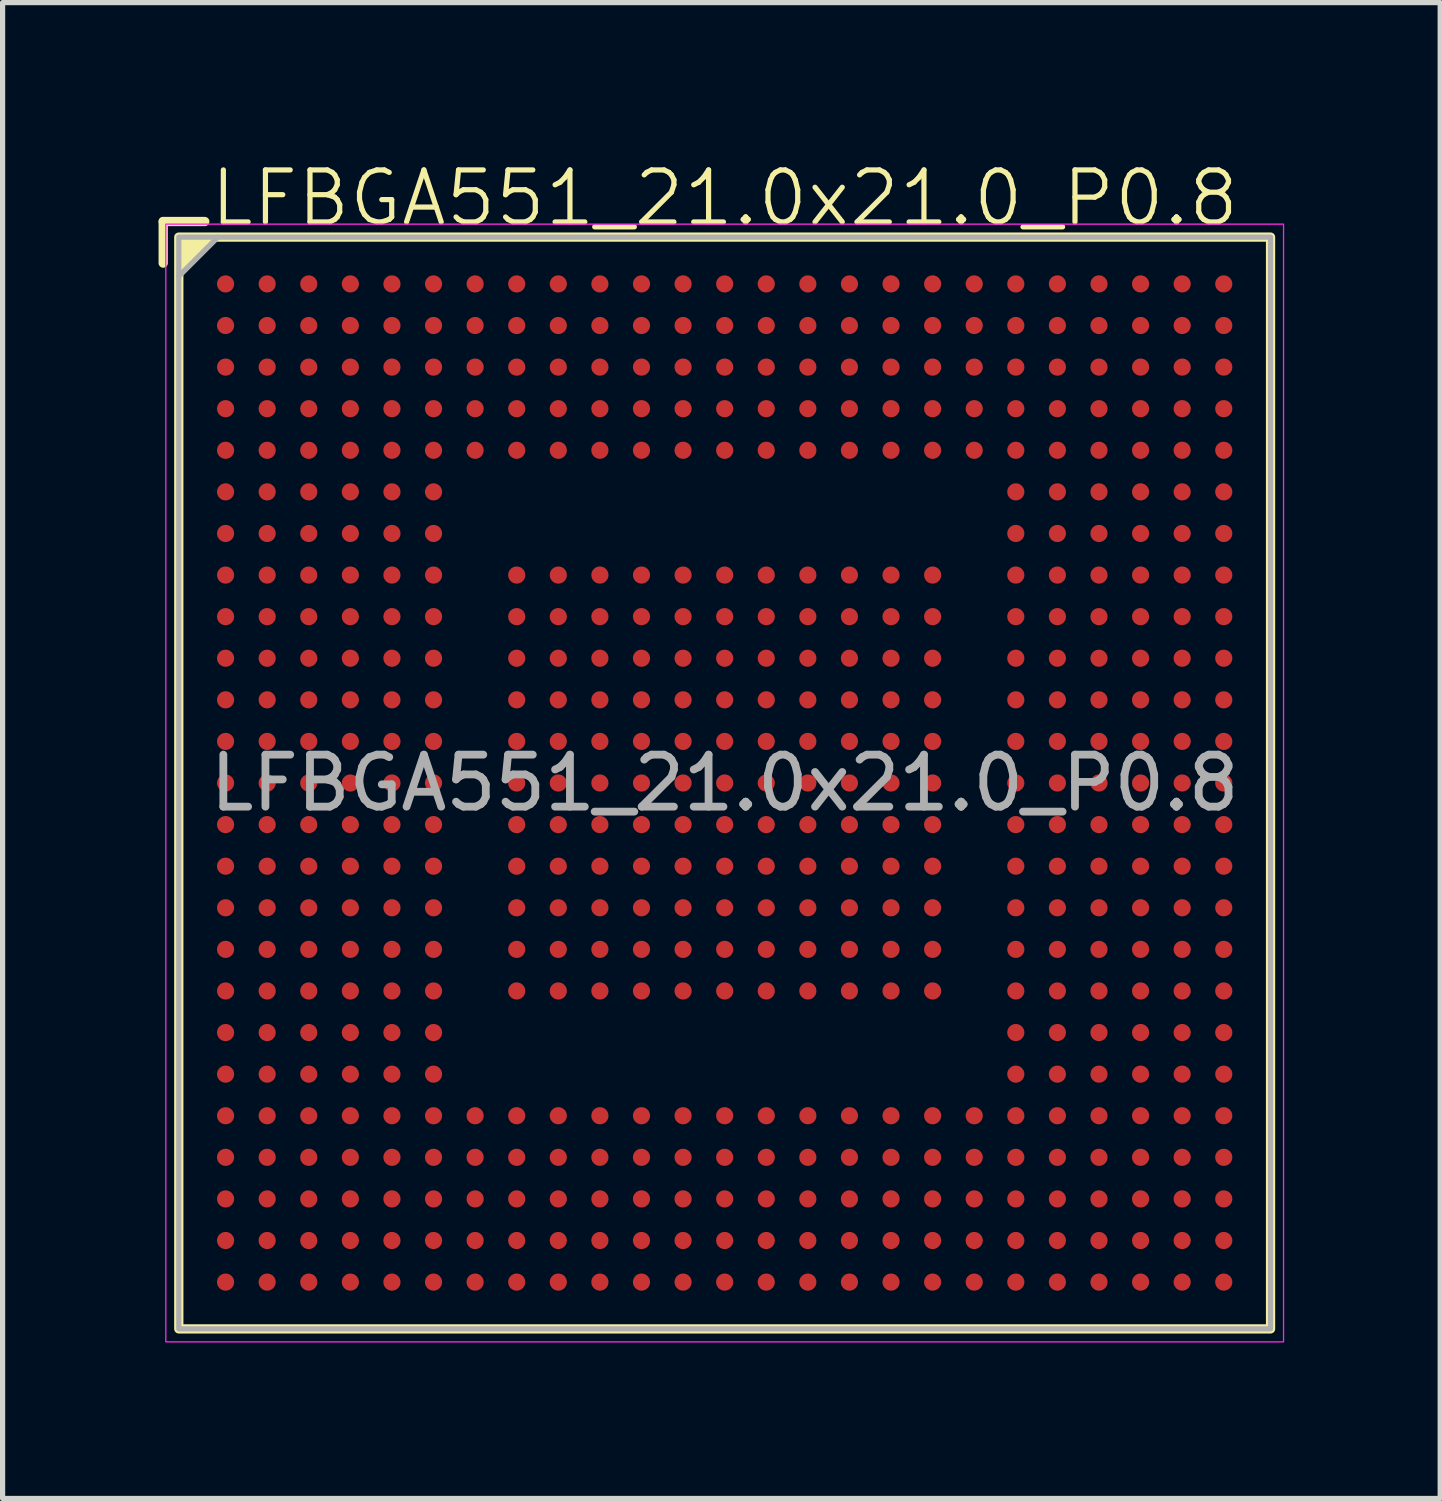
<source format=kicad_pcb>
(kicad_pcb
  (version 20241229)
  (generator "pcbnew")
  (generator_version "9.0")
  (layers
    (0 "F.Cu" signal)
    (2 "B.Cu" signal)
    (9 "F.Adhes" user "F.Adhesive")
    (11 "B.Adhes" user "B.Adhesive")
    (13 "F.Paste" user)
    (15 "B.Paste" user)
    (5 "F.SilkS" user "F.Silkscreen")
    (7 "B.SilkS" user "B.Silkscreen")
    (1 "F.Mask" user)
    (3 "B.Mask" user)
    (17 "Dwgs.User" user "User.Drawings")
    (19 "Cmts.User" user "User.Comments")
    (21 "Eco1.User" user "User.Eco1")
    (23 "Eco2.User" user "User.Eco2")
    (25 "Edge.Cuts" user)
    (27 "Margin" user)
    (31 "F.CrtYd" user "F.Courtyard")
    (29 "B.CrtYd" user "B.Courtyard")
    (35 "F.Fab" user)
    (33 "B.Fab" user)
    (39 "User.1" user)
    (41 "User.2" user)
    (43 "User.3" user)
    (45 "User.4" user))
  (footprint "LFBGA551_21.0x21.0_P0.8"
    (layer "F.Cu")
    (at 10.889 12.011)
    (property "Reference" "LFBGA551_21.0x21.0_P0.8" (at 0 -11.25 0) (unlocked yes) (layer "F.SilkS") (effects (font (size 1 1) (thickness 0.1))))
    (attr smd)
    (fp_line (start -10.8 -10.8) (end -10 -10.8) (stroke (width 0.178) (type default)) (layer "F.SilkS"))
    (fp_line (start -10.8 -10) (end -10.8 -10.8) (stroke (width 0.178) (type default)) (layer "F.SilkS"))
    (fp_rect (start -10.5 -10.5) (end 10.5 10.5) (stroke (width 0.178) (type default)) (fill no) (layer "F.SilkS"))
    (fp_poly (pts (xy -10.5 -10.5) (xy -10.5 -9.75) (xy -9.75 -10.5)) (stroke (width 0.1) (type solid)) (fill yes) (layer "F.SilkS"))
    (fp_rect (start -10.75 -10.75) (end 10.75 10.75) (stroke (width 0.025) (type default)) (fill no) (layer "F.CrtYd"))
    (fp_line (start -10.5 -9.75) (end -9.75 -10.5) (stroke (width 0.1) (type default)) (layer "F.Fab"))
    (fp_rect (start -10.5 -10.5) (end 10.5 10.5) (stroke (width 0.1) (type default)) (fill no) (layer "F.Fab"))
    (fp_text user "${REFERENCE}" (at 0 0 0) (unlocked yes) (layer "F.Fab") (effects (font (size 1 1) (thickness 0.15))))
    (pad "A1" smd circle (at -9.6 -9.6) (size 0.33 0.33) (layers "F.Cu" "F.Mask" "F.Paste"))
    (pad "A2" smd circle (at -8.8 -9.6) (size 0.33 0.33) (layers "F.Cu" "F.Mask" "F.Paste"))
    (pad "A3" smd circle (at -8 -9.6) (size 0.33 0.33) (layers "F.Cu" "F.Mask" "F.Paste"))
    (pad "A4" smd circle (at -7.2 -9.6) (size 0.33 0.33) (layers "F.Cu" "F.Mask" "F.Paste"))
    (pad "A5" smd circle (at -6.4 -9.6) (size 0.33 0.33) (layers "F.Cu" "F.Mask" "F.Paste"))
    (pad "A6" smd circle (at -5.6 -9.6) (size 0.33 0.33) (layers "F.Cu" "F.Mask" "F.Paste"))
    (pad "A7" smd circle (at -4.8 -9.6) (size 0.33 0.33) (layers "F.Cu" "F.Mask" "F.Paste"))
    (pad "A8" smd circle (at -4 -9.6) (size 0.33 0.33) (layers "F.Cu" "F.Mask" "F.Paste"))
    (pad "A9" smd circle (at -3.2 -9.6) (size 0.33 0.33) (layers "F.Cu" "F.Mask" "F.Paste"))
    (pad "A10" smd circle (at -2.4 -9.6) (size 0.33 0.33) (layers "F.Cu" "F.Mask" "F.Paste"))
    (pad "A11" smd circle (at -1.6 -9.6) (size 0.33 0.33) (layers "F.Cu" "F.Mask" "F.Paste"))
    (pad "A12" smd circle (at -0.8 -9.6) (size 0.33 0.33) (layers "F.Cu" "F.Mask" "F.Paste"))
    (pad "A13" smd circle (at 0 -9.6) (size 0.33 0.33) (layers "F.Cu" "F.Mask" "F.Paste"))
    (pad "A14" smd circle (at 0.8 -9.6) (size 0.33 0.33) (layers "F.Cu" "F.Mask" "F.Paste"))
    (pad "A15" smd circle (at 1.6 -9.6) (size 0.33 0.33) (layers "F.Cu" "F.Mask" "F.Paste"))
    (pad "A16" smd circle (at 2.4 -9.6) (size 0.33 0.33) (layers "F.Cu" "F.Mask" "F.Paste"))
    (pad "A17" smd circle (at 3.2 -9.6) (size 0.33 0.33) (layers "F.Cu" "F.Mask" "F.Paste"))
    (pad "A18" smd circle (at 4 -9.6) (size 0.33 0.33) (layers "F.Cu" "F.Mask" "F.Paste"))
    (pad "A19" smd circle (at 4.8 -9.6) (size 0.33 0.33) (layers "F.Cu" "F.Mask" "F.Paste"))
    (pad "A20" smd circle (at 5.6 -9.6) (size 0.33 0.33) (layers "F.Cu" "F.Mask" "F.Paste"))
    (pad "A21" smd circle (at 6.4 -9.6) (size 0.33 0.33) (layers "F.Cu" "F.Mask" "F.Paste"))
    (pad "A22" smd circle (at 7.2 -9.6) (size 0.33 0.33) (layers "F.Cu" "F.Mask" "F.Paste"))
    (pad "A23" smd circle (at 8 -9.6) (size 0.33 0.33) (layers "F.Cu" "F.Mask" "F.Paste"))
    (pad "A24" smd circle (at 8.8 -9.6) (size 0.33 0.33) (layers "F.Cu" "F.Mask" "F.Paste"))
    (pad "A25" smd circle (at 9.6 -9.6) (size 0.33 0.33) (layers "F.Cu" "F.Mask" "F.Paste"))
    (pad "AA1" smd circle (at -9.6 6.4) (size 0.33 0.33) (layers "F.Cu" "F.Mask" "F.Paste"))
    (pad "AA2" smd circle (at -8.8 6.4) (size 0.33 0.33) (layers "F.Cu" "F.Mask" "F.Paste"))
    (pad "AA3" smd circle (at -8 6.4) (size 0.33 0.33) (layers "F.Cu" "F.Mask" "F.Paste"))
    (pad "AA4" smd circle (at -7.2 6.4) (size 0.33 0.33) (layers "F.Cu" "F.Mask" "F.Paste"))
    (pad "AA5" smd circle (at -6.4 6.4) (size 0.33 0.33) (layers "F.Cu" "F.Mask" "F.Paste"))
    (pad "AA6" smd circle (at -5.6 6.4) (size 0.33 0.33) (layers "F.Cu" "F.Mask" "F.Paste"))
    (pad "AA7" smd circle (at -4.8 6.4) (size 0.33 0.33) (layers "F.Cu" "F.Mask" "F.Paste"))
    (pad "AA8" smd circle (at -4 6.4) (size 0.33 0.33) (layers "F.Cu" "F.Mask" "F.Paste"))
    (pad "AA9" smd circle (at -3.2 6.4) (size 0.33 0.33) (layers "F.Cu" "F.Mask" "F.Paste"))
    (pad "AA10" smd circle (at -2.4 6.4) (size 0.33 0.33) (layers "F.Cu" "F.Mask" "F.Paste"))
    (pad "AA11" smd circle (at -1.6 6.4) (size 0.33 0.33) (layers "F.Cu" "F.Mask" "F.Paste"))
    (pad "AA12" smd circle (at -0.8 6.4) (size 0.33 0.33) (layers "F.Cu" "F.Mask" "F.Paste"))
    (pad "AA13" smd circle (at 0 6.4) (size 0.33 0.33) (layers "F.Cu" "F.Mask" "F.Paste"))
    (pad "AA14" smd circle (at 0.8 6.4) (size 0.33 0.33) (layers "F.Cu" "F.Mask" "F.Paste"))
    (pad "AA15" smd circle (at 1.6 6.4) (size 0.33 0.33) (layers "F.Cu" "F.Mask" "F.Paste"))
    (pad "AA16" smd circle (at 2.4 6.4) (size 0.33 0.33) (layers "F.Cu" "F.Mask" "F.Paste"))
    (pad "AA17" smd circle (at 3.2 6.4) (size 0.33 0.33) (layers "F.Cu" "F.Mask" "F.Paste"))
    (pad "AA18" smd circle (at 4 6.4) (size 0.33 0.33) (layers "F.Cu" "F.Mask" "F.Paste"))
    (pad "AA19" smd circle (at 4.8 6.4) (size 0.33 0.33) (layers "F.Cu" "F.Mask" "F.Paste"))
    (pad "AA20" smd circle (at 5.6 6.4) (size 0.33 0.33) (layers "F.Cu" "F.Mask" "F.Paste"))
    (pad "AA21" smd circle (at 6.4 6.4) (size 0.33 0.33) (layers "F.Cu" "F.Mask" "F.Paste"))
    (pad "AA22" smd circle (at 7.2 6.4) (size 0.33 0.33) (layers "F.Cu" "F.Mask" "F.Paste"))
    (pad "AA23" smd circle (at 8 6.4) (size 0.33 0.33) (layers "F.Cu" "F.Mask" "F.Paste"))
    (pad "AA24" smd circle (at 8.8 6.4) (size 0.33 0.33) (layers "F.Cu" "F.Mask" "F.Paste"))
    (pad "AA25" smd circle (at 9.6 6.4) (size 0.33 0.33) (layers "F.Cu" "F.Mask" "F.Paste"))
    (pad "AB1" smd circle (at -9.6 7.2) (size 0.33 0.33) (layers "F.Cu" "F.Mask" "F.Paste"))
    (pad "AB2" smd circle (at -8.8 7.2) (size 0.33 0.33) (layers "F.Cu" "F.Mask" "F.Paste"))
    (pad "AB3" smd circle (at -8 7.2) (size 0.33 0.33) (layers "F.Cu" "F.Mask" "F.Paste"))
    (pad "AB4" smd circle (at -7.2 7.2) (size 0.33 0.33) (layers "F.Cu" "F.Mask" "F.Paste"))
    (pad "AB5" smd circle (at -6.4 7.2) (size 0.33 0.33) (layers "F.Cu" "F.Mask" "F.Paste"))
    (pad "AB6" smd circle (at -5.6 7.2) (size 0.33 0.33) (layers "F.Cu" "F.Mask" "F.Paste"))
    (pad "AB7" smd circle (at -4.8 7.2) (size 0.33 0.33) (layers "F.Cu" "F.Mask" "F.Paste"))
    (pad "AB8" smd circle (at -4 7.2) (size 0.33 0.33) (layers "F.Cu" "F.Mask" "F.Paste"))
    (pad "AB9" smd circle (at -3.2 7.2) (size 0.33 0.33) (layers "F.Cu" "F.Mask" "F.Paste"))
    (pad "AB10" smd circle (at -2.4 7.2) (size 0.33 0.33) (layers "F.Cu" "F.Mask" "F.Paste"))
    (pad "AB11" smd circle (at -1.6 7.2) (size 0.33 0.33) (layers "F.Cu" "F.Mask" "F.Paste"))
    (pad "AB12" smd circle (at -0.8 7.2) (size 0.33 0.33) (layers "F.Cu" "F.Mask" "F.Paste"))
    (pad "AB13" smd circle (at 0 7.2) (size 0.33 0.33) (layers "F.Cu" "F.Mask" "F.Paste"))
    (pad "AB14" smd circle (at 0.8 7.2) (size 0.33 0.33) (layers "F.Cu" "F.Mask" "F.Paste"))
    (pad "AB15" smd circle (at 1.6 7.2) (size 0.33 0.33) (layers "F.Cu" "F.Mask" "F.Paste"))
    (pad "AB16" smd circle (at 2.4 7.2) (size 0.33 0.33) (layers "F.Cu" "F.Mask" "F.Paste"))
    (pad "AB17" smd circle (at 3.2 7.2) (size 0.33 0.33) (layers "F.Cu" "F.Mask" "F.Paste"))
    (pad "AB18" smd circle (at 4 7.2) (size 0.33 0.33) (layers "F.Cu" "F.Mask" "F.Paste"))
    (pad "AB19" smd circle (at 4.8 7.2) (size 0.33 0.33) (layers "F.Cu" "F.Mask" "F.Paste"))
    (pad "AB20" smd circle (at 5.6 7.2) (size 0.33 0.33) (layers "F.Cu" "F.Mask" "F.Paste"))
    (pad "AB21" smd circle (at 6.4 7.2) (size 0.33 0.33) (layers "F.Cu" "F.Mask" "F.Paste"))
    (pad "AB22" smd circle (at 7.2 7.2) (size 0.33 0.33) (layers "F.Cu" "F.Mask" "F.Paste"))
    (pad "AB23" smd circle (at 8 7.2) (size 0.33 0.33) (layers "F.Cu" "F.Mask" "F.Paste"))
    (pad "AB24" smd circle (at 8.8 7.2) (size 0.33 0.33) (layers "F.Cu" "F.Mask" "F.Paste"))
    (pad "AB25" smd circle (at 9.6 7.2) (size 0.33 0.33) (layers "F.Cu" "F.Mask" "F.Paste"))
    (pad "AC1" smd circle (at -9.6 8) (size 0.33 0.33) (layers "F.Cu" "F.Mask" "F.Paste"))
    (pad "AC2" smd circle (at -8.8 8) (size 0.33 0.33) (layers "F.Cu" "F.Mask" "F.Paste"))
    (pad "AC3" smd circle (at -8 8) (size 0.33 0.33) (layers "F.Cu" "F.Mask" "F.Paste"))
    (pad "AC4" smd circle (at -7.2 8) (size 0.33 0.33) (layers "F.Cu" "F.Mask" "F.Paste"))
    (pad "AC5" smd circle (at -6.4 8) (size 0.33 0.33) (layers "F.Cu" "F.Mask" "F.Paste"))
    (pad "AC6" smd circle (at -5.6 8) (size 0.33 0.33) (layers "F.Cu" "F.Mask" "F.Paste"))
    (pad "AC7" smd circle (at -4.8 8) (size 0.33 0.33) (layers "F.Cu" "F.Mask" "F.Paste"))
    (pad "AC8" smd circle (at -4 8) (size 0.33 0.33) (layers "F.Cu" "F.Mask" "F.Paste"))
    (pad "AC9" smd circle (at -3.2 8) (size 0.33 0.33) (layers "F.Cu" "F.Mask" "F.Paste"))
    (pad "AC10" smd circle (at -2.4 8) (size 0.33 0.33) (layers "F.Cu" "F.Mask" "F.Paste"))
    (pad "AC11" smd circle (at -1.6 8) (size 0.33 0.33) (layers "F.Cu" "F.Mask" "F.Paste"))
    (pad "AC12" smd circle (at -0.8 8) (size 0.33 0.33) (layers "F.Cu" "F.Mask" "F.Paste"))
    (pad "AC13" smd circle (at 0 8) (size 0.33 0.33) (layers "F.Cu" "F.Mask" "F.Paste"))
    (pad "AC14" smd circle (at 0.8 8) (size 0.33 0.33) (layers "F.Cu" "F.Mask" "F.Paste"))
    (pad "AC15" smd circle (at 1.6 8) (size 0.33 0.33) (layers "F.Cu" "F.Mask" "F.Paste"))
    (pad "AC16" smd circle (at 2.4 8) (size 0.33 0.33) (layers "F.Cu" "F.Mask" "F.Paste"))
    (pad "AC17" smd circle (at 3.2 8) (size 0.33 0.33) (layers "F.Cu" "F.Mask" "F.Paste"))
    (pad "AC18" smd circle (at 4 8) (size 0.33 0.33) (layers "F.Cu" "F.Mask" "F.Paste"))
    (pad "AC19" smd circle (at 4.8 8) (size 0.33 0.33) (layers "F.Cu" "F.Mask" "F.Paste"))
    (pad "AC20" smd circle (at 5.6 8) (size 0.33 0.33) (layers "F.Cu" "F.Mask" "F.Paste"))
    (pad "AC21" smd circle (at 6.4 8) (size 0.33 0.33) (layers "F.Cu" "F.Mask" "F.Paste"))
    (pad "AC22" smd circle (at 7.2 8) (size 0.33 0.33) (layers "F.Cu" "F.Mask" "F.Paste"))
    (pad "AC23" smd circle (at 8 8) (size 0.33 0.33) (layers "F.Cu" "F.Mask" "F.Paste"))
    (pad "AC24" smd circle (at 8.8 8) (size 0.33 0.33) (layers "F.Cu" "F.Mask" "F.Paste"))
    (pad "AC25" smd circle (at 9.6 8) (size 0.33 0.33) (layers "F.Cu" "F.Mask" "F.Paste"))
    (pad "AD1" smd circle (at -9.6 8.8) (size 0.33 0.33) (layers "F.Cu" "F.Mask" "F.Paste"))
    (pad "AD2" smd circle (at -8.8 8.8) (size 0.33 0.33) (layers "F.Cu" "F.Mask" "F.Paste"))
    (pad "AD3" smd circle (at -8 8.8) (size 0.33 0.33) (layers "F.Cu" "F.Mask" "F.Paste"))
    (pad "AD4" smd circle (at -7.2 8.8) (size 0.33 0.33) (layers "F.Cu" "F.Mask" "F.Paste"))
    (pad "AD5" smd circle (at -6.4 8.8) (size 0.33 0.33) (layers "F.Cu" "F.Mask" "F.Paste"))
    (pad "AD6" smd circle (at -5.6 8.8) (size 0.33 0.33) (layers "F.Cu" "F.Mask" "F.Paste"))
    (pad "AD7" smd circle (at -4.8 8.8) (size 0.33 0.33) (layers "F.Cu" "F.Mask" "F.Paste"))
    (pad "AD8" smd circle (at -4 8.8) (size 0.33 0.33) (layers "F.Cu" "F.Mask" "F.Paste"))
    (pad "AD9" smd circle (at -3.2 8.8) (size 0.33 0.33) (layers "F.Cu" "F.Mask" "F.Paste"))
    (pad "AD10" smd circle (at -2.4 8.8) (size 0.33 0.33) (layers "F.Cu" "F.Mask" "F.Paste"))
    (pad "AD11" smd circle (at -1.6 8.8) (size 0.33 0.33) (layers "F.Cu" "F.Mask" "F.Paste"))
    (pad "AD12" smd circle (at -0.8 8.8) (size 0.33 0.33) (layers "F.Cu" "F.Mask" "F.Paste"))
    (pad "AD13" smd circle (at 0 8.8) (size 0.33 0.33) (layers "F.Cu" "F.Mask" "F.Paste"))
    (pad "AD14" smd circle (at 0.8 8.8) (size 0.33 0.33) (layers "F.Cu" "F.Mask" "F.Paste"))
    (pad "AD15" smd circle (at 1.6 8.8) (size 0.33 0.33) (layers "F.Cu" "F.Mask" "F.Paste"))
    (pad "AD16" smd circle (at 2.4 8.8) (size 0.33 0.33) (layers "F.Cu" "F.Mask" "F.Paste"))
    (pad "AD17" smd circle (at 3.2 8.8) (size 0.33 0.33) (layers "F.Cu" "F.Mask" "F.Paste"))
    (pad "AD18" smd circle (at 4 8.8) (size 0.33 0.33) (layers "F.Cu" "F.Mask" "F.Paste"))
    (pad "AD19" smd circle (at 4.8 8.8) (size 0.33 0.33) (layers "F.Cu" "F.Mask" "F.Paste"))
    (pad "AD20" smd circle (at 5.6 8.8) (size 0.33 0.33) (layers "F.Cu" "F.Mask" "F.Paste"))
    (pad "AD21" smd circle (at 6.4 8.8) (size 0.33 0.33) (layers "F.Cu" "F.Mask" "F.Paste"))
    (pad "AD22" smd circle (at 7.2 8.8) (size 0.33 0.33) (layers "F.Cu" "F.Mask" "F.Paste"))
    (pad "AD23" smd circle (at 8 8.8) (size 0.33 0.33) (layers "F.Cu" "F.Mask" "F.Paste"))
    (pad "AD24" smd circle (at 8.8 8.8) (size 0.33 0.33) (layers "F.Cu" "F.Mask" "F.Paste"))
    (pad "AD25" smd circle (at 9.6 8.8) (size 0.33 0.33) (layers "F.Cu" "F.Mask" "F.Paste"))
    (pad "AE1" smd circle (at -9.6 9.6) (size 0.33 0.33) (layers "F.Cu" "F.Mask" "F.Paste"))
    (pad "AE2" smd circle (at -8.8 9.6) (size 0.33 0.33) (layers "F.Cu" "F.Mask" "F.Paste"))
    (pad "AE3" smd circle (at -8 9.6) (size 0.33 0.33) (layers "F.Cu" "F.Mask" "F.Paste"))
    (pad "AE4" smd circle (at -7.2 9.6) (size 0.33 0.33) (layers "F.Cu" "F.Mask" "F.Paste"))
    (pad "AE5" smd circle (at -6.4 9.6) (size 0.33 0.33) (layers "F.Cu" "F.Mask" "F.Paste"))
    (pad "AE6" smd circle (at -5.6 9.6) (size 0.33 0.33) (layers "F.Cu" "F.Mask" "F.Paste"))
    (pad "AE7" smd circle (at -4.8 9.6) (size 0.33 0.33) (layers "F.Cu" "F.Mask" "F.Paste"))
    (pad "AE8" smd circle (at -4 9.6) (size 0.33 0.33) (layers "F.Cu" "F.Mask" "F.Paste"))
    (pad "AE9" smd circle (at -3.2 9.6) (size 0.33 0.33) (layers "F.Cu" "F.Mask" "F.Paste"))
    (pad "AE10" smd circle (at -2.4 9.6) (size 0.33 0.33) (layers "F.Cu" "F.Mask" "F.Paste"))
    (pad "AE11" smd circle (at -1.6 9.6) (size 0.33 0.33) (layers "F.Cu" "F.Mask" "F.Paste"))
    (pad "AE12" smd circle (at -0.8 9.6) (size 0.33 0.33) (layers "F.Cu" "F.Mask" "F.Paste"))
    (pad "AE13" smd circle (at 0 9.6) (size 0.33 0.33) (layers "F.Cu" "F.Mask" "F.Paste"))
    (pad "AE14" smd circle (at 0.8 9.6) (size 0.33 0.33) (layers "F.Cu" "F.Mask" "F.Paste"))
    (pad "AE15" smd circle (at 1.6 9.6) (size 0.33 0.33) (layers "F.Cu" "F.Mask" "F.Paste"))
    (pad "AE16" smd circle (at 2.4 9.6) (size 0.33 0.33) (layers "F.Cu" "F.Mask" "F.Paste"))
    (pad "AE17" smd circle (at 3.2 9.6) (size 0.33 0.33) (layers "F.Cu" "F.Mask" "F.Paste"))
    (pad "AE18" smd circle (at 4 9.6) (size 0.33 0.33) (layers "F.Cu" "F.Mask" "F.Paste"))
    (pad "AE19" smd circle (at 4.8 9.6) (size 0.33 0.33) (layers "F.Cu" "F.Mask" "F.Paste"))
    (pad "AE20" smd circle (at 5.6 9.6) (size 0.33 0.33) (layers "F.Cu" "F.Mask" "F.Paste"))
    (pad "AE21" smd circle (at 6.4 9.6) (size 0.33 0.33) (layers "F.Cu" "F.Mask" "F.Paste"))
    (pad "AE22" smd circle (at 7.2 9.6) (size 0.33 0.33) (layers "F.Cu" "F.Mask" "F.Paste"))
    (pad "AE23" smd circle (at 8 9.6) (size 0.33 0.33) (layers "F.Cu" "F.Mask" "F.Paste"))
    (pad "AE24" smd circle (at 8.8 9.6) (size 0.33 0.33) (layers "F.Cu" "F.Mask" "F.Paste"))
    (pad "AE25" smd circle (at 9.6 9.6) (size 0.33 0.33) (layers "F.Cu" "F.Mask" "F.Paste"))
    (pad "B1" smd circle (at -9.6 -8.8) (size 0.33 0.33) (layers "F.Cu" "F.Mask" "F.Paste"))
    (pad "B2" smd circle (at -8.8 -8.8) (size 0.33 0.33) (layers "F.Cu" "F.Mask" "F.Paste"))
    (pad "B3" smd circle (at -8 -8.8) (size 0.33 0.33) (layers "F.Cu" "F.Mask" "F.Paste"))
    (pad "B4" smd circle (at -7.2 -8.8) (size 0.33 0.33) (layers "F.Cu" "F.Mask" "F.Paste"))
    (pad "B5" smd circle (at -6.4 -8.8) (size 0.33 0.33) (layers "F.Cu" "F.Mask" "F.Paste"))
    (pad "B6" smd circle (at -5.6 -8.8) (size 0.33 0.33) (layers "F.Cu" "F.Mask" "F.Paste"))
    (pad "B7" smd circle (at -4.8 -8.8) (size 0.33 0.33) (layers "F.Cu" "F.Mask" "F.Paste"))
    (pad "B8" smd circle (at -4 -8.8) (size 0.33 0.33) (layers "F.Cu" "F.Mask" "F.Paste"))
    (pad "B9" smd circle (at -3.2 -8.8) (size 0.33 0.33) (layers "F.Cu" "F.Mask" "F.Paste"))
    (pad "B10" smd circle (at -2.4 -8.8) (size 0.33 0.33) (layers "F.Cu" "F.Mask" "F.Paste"))
    (pad "B11" smd circle (at -1.6 -8.8) (size 0.33 0.33) (layers "F.Cu" "F.Mask" "F.Paste"))
    (pad "B12" smd circle (at -0.8 -8.8) (size 0.33 0.33) (layers "F.Cu" "F.Mask" "F.Paste"))
    (pad "B13" smd circle (at 0 -8.8) (size 0.33 0.33) (layers "F.Cu" "F.Mask" "F.Paste"))
    (pad "B14" smd circle (at 0.8 -8.8) (size 0.33 0.33) (layers "F.Cu" "F.Mask" "F.Paste"))
    (pad "B15" smd circle (at 1.6 -8.8) (size 0.33 0.33) (layers "F.Cu" "F.Mask" "F.Paste"))
    (pad "B16" smd circle (at 2.4 -8.8) (size 0.33 0.33) (layers "F.Cu" "F.Mask" "F.Paste"))
    (pad "B17" smd circle (at 3.2 -8.8) (size 0.33 0.33) (layers "F.Cu" "F.Mask" "F.Paste"))
    (pad "B18" smd circle (at 4 -8.8) (size 0.33 0.33) (layers "F.Cu" "F.Mask" "F.Paste"))
    (pad "B19" smd circle (at 4.8 -8.8) (size 0.33 0.33) (layers "F.Cu" "F.Mask" "F.Paste"))
    (pad "B20" smd circle (at 5.6 -8.8) (size 0.33 0.33) (layers "F.Cu" "F.Mask" "F.Paste"))
    (pad "B21" smd circle (at 6.4 -8.8) (size 0.33 0.33) (layers "F.Cu" "F.Mask" "F.Paste"))
    (pad "B22" smd circle (at 7.2 -8.8) (size 0.33 0.33) (layers "F.Cu" "F.Mask" "F.Paste"))
    (pad "B23" smd circle (at 8 -8.8) (size 0.33 0.33) (layers "F.Cu" "F.Mask" "F.Paste"))
    (pad "B24" smd circle (at 8.8 -8.8) (size 0.33 0.33) (layers "F.Cu" "F.Mask" "F.Paste"))
    (pad "B25" smd circle (at 9.6 -8.8) (size 0.33 0.33) (layers "F.Cu" "F.Mask" "F.Paste"))
    (pad "C1" smd circle (at -9.6 -8) (size 0.33 0.33) (layers "F.Cu" "F.Mask" "F.Paste"))
    (pad "C2" smd circle (at -8.8 -8) (size 0.33 0.33) (layers "F.Cu" "F.Mask" "F.Paste"))
    (pad "C3" smd circle (at -8 -8) (size 0.33 0.33) (layers "F.Cu" "F.Mask" "F.Paste"))
    (pad "C4" smd circle (at -7.2 -8) (size 0.33 0.33) (layers "F.Cu" "F.Mask" "F.Paste"))
    (pad "C5" smd circle (at -6.4 -8) (size 0.33 0.33) (layers "F.Cu" "F.Mask" "F.Paste"))
    (pad "C6" smd circle (at -5.6 -8) (size 0.33 0.33) (layers "F.Cu" "F.Mask" "F.Paste"))
    (pad "C7" smd circle (at -4.8 -8) (size 0.33 0.33) (layers "F.Cu" "F.Mask" "F.Paste"))
    (pad "C8" smd circle (at -4 -8) (size 0.33 0.33) (layers "F.Cu" "F.Mask" "F.Paste"))
    (pad "C9" smd circle (at -3.2 -8) (size 0.33 0.33) (layers "F.Cu" "F.Mask" "F.Paste"))
    (pad "C10" smd circle (at -2.4 -8) (size 0.33 0.33) (layers "F.Cu" "F.Mask" "F.Paste"))
    (pad "C11" smd circle (at -1.6 -8) (size 0.33 0.33) (layers "F.Cu" "F.Mask" "F.Paste"))
    (pad "C12" smd circle (at -0.8 -8) (size 0.33 0.33) (layers "F.Cu" "F.Mask" "F.Paste"))
    (pad "C13" smd circle (at 0 -8) (size 0.33 0.33) (layers "F.Cu" "F.Mask" "F.Paste"))
    (pad "C14" smd circle (at 0.8 -8) (size 0.33 0.33) (layers "F.Cu" "F.Mask" "F.Paste"))
    (pad "C15" smd circle (at 1.6 -8) (size 0.33 0.33) (layers "F.Cu" "F.Mask" "F.Paste"))
    (pad "C16" smd circle (at 2.4 -8) (size 0.33 0.33) (layers "F.Cu" "F.Mask" "F.Paste"))
    (pad "C17" smd circle (at 3.2 -8) (size 0.33 0.33) (layers "F.Cu" "F.Mask" "F.Paste"))
    (pad "C18" smd circle (at 4 -8) (size 0.33 0.33) (layers "F.Cu" "F.Mask" "F.Paste"))
    (pad "C19" smd circle (at 4.8 -8) (size 0.33 0.33) (layers "F.Cu" "F.Mask" "F.Paste"))
    (pad "C20" smd circle (at 5.6 -8) (size 0.33 0.33) (layers "F.Cu" "F.Mask" "F.Paste"))
    (pad "C21" smd circle (at 6.4 -8) (size 0.33 0.33) (layers "F.Cu" "F.Mask" "F.Paste"))
    (pad "C22" smd circle (at 7.2 -8) (size 0.33 0.33) (layers "F.Cu" "F.Mask" "F.Paste"))
    (pad "C23" smd circle (at 8 -8) (size 0.33 0.33) (layers "F.Cu" "F.Mask" "F.Paste"))
    (pad "C24" smd circle (at 8.8 -8) (size 0.33 0.33) (layers "F.Cu" "F.Mask" "F.Paste"))
    (pad "C25" smd circle (at 9.6 -8) (size 0.33 0.33) (layers "F.Cu" "F.Mask" "F.Paste"))
    (pad "D1" smd circle (at -9.6 -7.2) (size 0.33 0.33) (layers "F.Cu" "F.Mask" "F.Paste"))
    (pad "D2" smd circle (at -8.8 -7.2) (size 0.33 0.33) (layers "F.Cu" "F.Mask" "F.Paste"))
    (pad "D3" smd circle (at -8 -7.2) (size 0.33 0.33) (layers "F.Cu" "F.Mask" "F.Paste"))
    (pad "D4" smd circle (at -7.2 -7.2) (size 0.33 0.33) (layers "F.Cu" "F.Mask" "F.Paste"))
    (pad "D5" smd circle (at -6.4 -7.2) (size 0.33 0.33) (layers "F.Cu" "F.Mask" "F.Paste"))
    (pad "D6" smd circle (at -5.6 -7.2) (size 0.33 0.33) (layers "F.Cu" "F.Mask" "F.Paste"))
    (pad "D7" smd circle (at -4.8 -7.2) (size 0.33 0.33) (layers "F.Cu" "F.Mask" "F.Paste"))
    (pad "D8" smd circle (at -4 -7.2) (size 0.33 0.33) (layers "F.Cu" "F.Mask" "F.Paste"))
    (pad "D9" smd circle (at -3.2 -7.2) (size 0.33 0.33) (layers "F.Cu" "F.Mask" "F.Paste"))
    (pad "D10" smd circle (at -2.4 -7.2) (size 0.33 0.33) (layers "F.Cu" "F.Mask" "F.Paste"))
    (pad "D11" smd circle (at -1.6 -7.2) (size 0.33 0.33) (layers "F.Cu" "F.Mask" "F.Paste"))
    (pad "D12" smd circle (at -0.8 -7.2) (size 0.33 0.33) (layers "F.Cu" "F.Mask" "F.Paste"))
    (pad "D13" smd circle (at 0 -7.2) (size 0.33 0.33) (layers "F.Cu" "F.Mask" "F.Paste"))
    (pad "D14" smd circle (at 0.8 -7.2) (size 0.33 0.33) (layers "F.Cu" "F.Mask" "F.Paste"))
    (pad "D15" smd circle (at 1.6 -7.2) (size 0.33 0.33) (layers "F.Cu" "F.Mask" "F.Paste"))
    (pad "D16" smd circle (at 2.4 -7.2) (size 0.33 0.33) (layers "F.Cu" "F.Mask" "F.Paste"))
    (pad "D17" smd circle (at 3.2 -7.2) (size 0.33 0.33) (layers "F.Cu" "F.Mask" "F.Paste"))
    (pad "D18" smd circle (at 4 -7.2) (size 0.33 0.33) (layers "F.Cu" "F.Mask" "F.Paste"))
    (pad "D19" smd circle (at 4.8 -7.2) (size 0.33 0.33) (layers "F.Cu" "F.Mask" "F.Paste"))
    (pad "D20" smd circle (at 5.6 -7.2) (size 0.33 0.33) (layers "F.Cu" "F.Mask" "F.Paste"))
    (pad "D21" smd circle (at 6.4 -7.2) (size 0.33 0.33) (layers "F.Cu" "F.Mask" "F.Paste"))
    (pad "D22" smd circle (at 7.2 -7.2) (size 0.33 0.33) (layers "F.Cu" "F.Mask" "F.Paste"))
    (pad "D23" smd circle (at 8 -7.2) (size 0.33 0.33) (layers "F.Cu" "F.Mask" "F.Paste"))
    (pad "D24" smd circle (at 8.8 -7.2) (size 0.33 0.33) (layers "F.Cu" "F.Mask" "F.Paste"))
    (pad "D25" smd circle (at 9.6 -7.2) (size 0.33 0.33) (layers "F.Cu" "F.Mask" "F.Paste"))
    (pad "E1" smd circle (at -9.6 -6.4) (size 0.33 0.33) (layers "F.Cu" "F.Mask" "F.Paste"))
    (pad "E2" smd circle (at -8.8 -6.4) (size 0.33 0.33) (layers "F.Cu" "F.Mask" "F.Paste"))
    (pad "E3" smd circle (at -8 -6.4) (size 0.33 0.33) (layers "F.Cu" "F.Mask" "F.Paste"))
    (pad "E4" smd circle (at -7.2 -6.4) (size 0.33 0.33) (layers "F.Cu" "F.Mask" "F.Paste"))
    (pad "E5" smd circle (at -6.4 -6.4) (size 0.33 0.33) (layers "F.Cu" "F.Mask" "F.Paste"))
    (pad "E6" smd circle (at -5.6 -6.4) (size 0.33 0.33) (layers "F.Cu" "F.Mask" "F.Paste"))
    (pad "E7" smd circle (at -4.8 -6.4) (size 0.33 0.33) (layers "F.Cu" "F.Mask" "F.Paste"))
    (pad "E8" smd circle (at -4 -6.4) (size 0.33 0.33) (layers "F.Cu" "F.Mask" "F.Paste"))
    (pad "E9" smd circle (at -3.2 -6.4) (size 0.33 0.33) (layers "F.Cu" "F.Mask" "F.Paste"))
    (pad "E10" smd circle (at -2.4 -6.4) (size 0.33 0.33) (layers "F.Cu" "F.Mask" "F.Paste"))
    (pad "E11" smd circle (at -1.6 -6.4) (size 0.33 0.33) (layers "F.Cu" "F.Mask" "F.Paste"))
    (pad "E12" smd circle (at -0.8 -6.4) (size 0.33 0.33) (layers "F.Cu" "F.Mask" "F.Paste"))
    (pad "E13" smd circle (at 0 -6.4) (size 0.33 0.33) (layers "F.Cu" "F.Mask" "F.Paste"))
    (pad "E14" smd circle (at 0.8 -6.4) (size 0.33 0.33) (layers "F.Cu" "F.Mask" "F.Paste"))
    (pad "E15" smd circle (at 1.6 -6.4) (size 0.33 0.33) (layers "F.Cu" "F.Mask" "F.Paste"))
    (pad "E16" smd circle (at 2.4 -6.4) (size 0.33 0.33) (layers "F.Cu" "F.Mask" "F.Paste"))
    (pad "E17" smd circle (at 3.2 -6.4) (size 0.33 0.33) (layers "F.Cu" "F.Mask" "F.Paste"))
    (pad "E18" smd circle (at 4 -6.4) (size 0.33 0.33) (layers "F.Cu" "F.Mask" "F.Paste"))
    (pad "E19" smd circle (at 4.8 -6.4) (size 0.33 0.33) (layers "F.Cu" "F.Mask" "F.Paste"))
    (pad "E20" smd circle (at 5.6 -6.4) (size 0.33 0.33) (layers "F.Cu" "F.Mask" "F.Paste"))
    (pad "E21" smd circle (at 6.4 -6.4) (size 0.33 0.33) (layers "F.Cu" "F.Mask" "F.Paste"))
    (pad "E22" smd circle (at 7.2 -6.4) (size 0.33 0.33) (layers "F.Cu" "F.Mask" "F.Paste"))
    (pad "E23" smd circle (at 8 -6.4) (size 0.33 0.33) (layers "F.Cu" "F.Mask" "F.Paste"))
    (pad "E24" smd circle (at 8.8 -6.4) (size 0.33 0.33) (layers "F.Cu" "F.Mask" "F.Paste"))
    (pad "E25" smd circle (at 9.6 -6.4) (size 0.33 0.33) (layers "F.Cu" "F.Mask" "F.Paste"))
    (pad "F1" smd circle (at -9.6 -5.6) (size 0.33 0.33) (layers "F.Cu" "F.Mask" "F.Paste"))
    (pad "F2" smd circle (at -8.8 -5.6) (size 0.33 0.33) (layers "F.Cu" "F.Mask" "F.Paste"))
    (pad "F3" smd circle (at -8 -5.6) (size 0.33 0.33) (layers "F.Cu" "F.Mask" "F.Paste"))
    (pad "F4" smd circle (at -7.2 -5.6) (size 0.33 0.33) (layers "F.Cu" "F.Mask" "F.Paste"))
    (pad "F5" smd circle (at -6.4 -5.6) (size 0.33 0.33) (layers "F.Cu" "F.Mask" "F.Paste"))
    (pad "F6" smd circle (at -5.6 -5.6) (size 0.33 0.33) (layers "F.Cu" "F.Mask" "F.Paste"))
    (pad "F20" smd circle (at 5.6 -5.6) (size 0.33 0.33) (layers "F.Cu" "F.Mask" "F.Paste"))
    (pad "F21" smd circle (at 6.4 -5.6) (size 0.33 0.33) (layers "F.Cu" "F.Mask" "F.Paste"))
    (pad "F22" smd circle (at 7.2 -5.6) (size 0.33 0.33) (layers "F.Cu" "F.Mask" "F.Paste"))
    (pad "F23" smd circle (at 8 -5.6) (size 0.33 0.33) (layers "F.Cu" "F.Mask" "F.Paste"))
    (pad "F24" smd circle (at 8.8 -5.6) (size 0.33 0.33) (layers "F.Cu" "F.Mask" "F.Paste"))
    (pad "F25" smd circle (at 9.6 -5.6) (size 0.33 0.33) (layers "F.Cu" "F.Mask" "F.Paste"))
    (pad "G1" smd circle (at -9.6 -4.8) (size 0.33 0.33) (layers "F.Cu" "F.Mask" "F.Paste"))
    (pad "G2" smd circle (at -8.8 -4.8) (size 0.33 0.33) (layers "F.Cu" "F.Mask" "F.Paste"))
    (pad "G3" smd circle (at -8 -4.8) (size 0.33 0.33) (layers "F.Cu" "F.Mask" "F.Paste"))
    (pad "G4" smd circle (at -7.2 -4.8) (size 0.33 0.33) (layers "F.Cu" "F.Mask" "F.Paste"))
    (pad "G5" smd circle (at -6.4 -4.8) (size 0.33 0.33) (layers "F.Cu" "F.Mask" "F.Paste"))
    (pad "G6" smd circle (at -5.6 -4.8) (size 0.33 0.33) (layers "F.Cu" "F.Mask" "F.Paste"))
    (pad "G20" smd circle (at 5.6 -4.8) (size 0.33 0.33) (layers "F.Cu" "F.Mask" "F.Paste"))
    (pad "G21" smd circle (at 6.4 -4.8) (size 0.33 0.33) (layers "F.Cu" "F.Mask" "F.Paste"))
    (pad "G22" smd circle (at 7.2 -4.8) (size 0.33 0.33) (layers "F.Cu" "F.Mask" "F.Paste"))
    (pad "G23" smd circle (at 8 -4.8) (size 0.33 0.33) (layers "F.Cu" "F.Mask" "F.Paste"))
    (pad "G24" smd circle (at 8.8 -4.8) (size 0.33 0.33) (layers "F.Cu" "F.Mask" "F.Paste"))
    (pad "G25" smd circle (at 9.6 -4.8) (size 0.33 0.33) (layers "F.Cu" "F.Mask" "F.Paste"))
    (pad "H1" smd circle (at -9.6 -4) (size 0.33 0.33) (layers "F.Cu" "F.Mask" "F.Paste"))
    (pad "H2" smd circle (at -8.8 -4) (size 0.33 0.33) (layers "F.Cu" "F.Mask" "F.Paste"))
    (pad "H3" smd circle (at -8 -4) (size 0.33 0.33) (layers "F.Cu" "F.Mask" "F.Paste"))
    (pad "H4" smd circle (at -7.2 -4) (size 0.33 0.33) (layers "F.Cu" "F.Mask" "F.Paste"))
    (pad "H5" smd circle (at -6.4 -4) (size 0.33 0.33) (layers "F.Cu" "F.Mask" "F.Paste"))
    (pad "H6" smd circle (at -5.6 -4) (size 0.33 0.33) (layers "F.Cu" "F.Mask" "F.Paste"))
    (pad "H8" smd circle (at -4 -4) (size 0.33 0.33) (layers "F.Cu" "F.Mask" "F.Paste"))
    (pad "H9" smd circle (at -3.2 -4) (size 0.33 0.33) (layers "F.Cu" "F.Mask" "F.Paste"))
    (pad "H10" smd circle (at -2.4 -4) (size 0.33 0.33) (layers "F.Cu" "F.Mask" "F.Paste"))
    (pad "H11" smd circle (at -1.6 -4) (size 0.33 0.33) (layers "F.Cu" "F.Mask" "F.Paste"))
    (pad "H12" smd circle (at -0.8 -4) (size 0.33 0.33) (layers "F.Cu" "F.Mask" "F.Paste"))
    (pad "H13" smd circle (at 0 -4) (size 0.33 0.33) (layers "F.Cu" "F.Mask" "F.Paste"))
    (pad "H14" smd circle (at 0.8 -4) (size 0.33 0.33) (layers "F.Cu" "F.Mask" "F.Paste"))
    (pad "H15" smd circle (at 1.6 -4) (size 0.33 0.33) (layers "F.Cu" "F.Mask" "F.Paste"))
    (pad "H16" smd circle (at 2.4 -4) (size 0.33 0.33) (layers "F.Cu" "F.Mask" "F.Paste"))
    (pad "H17" smd circle (at 3.2 -4) (size 0.33 0.33) (layers "F.Cu" "F.Mask" "F.Paste"))
    (pad "H18" smd circle (at 4 -4) (size 0.33 0.33) (layers "F.Cu" "F.Mask" "F.Paste"))
    (pad "H20" smd circle (at 5.6 -4) (size 0.33 0.33) (layers "F.Cu" "F.Mask" "F.Paste"))
    (pad "H21" smd circle (at 6.4 -4) (size 0.33 0.33) (layers "F.Cu" "F.Mask" "F.Paste"))
    (pad "H22" smd circle (at 7.2 -4) (size 0.33 0.33) (layers "F.Cu" "F.Mask" "F.Paste"))
    (pad "H23" smd circle (at 8 -4) (size 0.33 0.33) (layers "F.Cu" "F.Mask" "F.Paste"))
    (pad "H24" smd circle (at 8.8 -4) (size 0.33 0.33) (layers "F.Cu" "F.Mask" "F.Paste"))
    (pad "H25" smd circle (at 9.6 -4) (size 0.33 0.33) (layers "F.Cu" "F.Mask" "F.Paste"))
    (pad "J1" smd circle (at -9.6 -3.2) (size 0.33 0.33) (layers "F.Cu" "F.Mask" "F.Paste"))
    (pad "J2" smd circle (at -8.8 -3.2) (size 0.33 0.33) (layers "F.Cu" "F.Mask" "F.Paste"))
    (pad "J3" smd circle (at -8 -3.2) (size 0.33 0.33) (layers "F.Cu" "F.Mask" "F.Paste"))
    (pad "J4" smd circle (at -7.2 -3.2) (size 0.33 0.33) (layers "F.Cu" "F.Mask" "F.Paste"))
    (pad "J5" smd circle (at -6.4 -3.2) (size 0.33 0.33) (layers "F.Cu" "F.Mask" "F.Paste"))
    (pad "J6" smd circle (at -5.6 -3.2) (size 0.33 0.33) (layers "F.Cu" "F.Mask" "F.Paste"))
    (pad "J8" smd circle (at -4 -3.2) (size 0.33 0.33) (layers "F.Cu" "F.Mask" "F.Paste"))
    (pad "J9" smd circle (at -3.2 -3.2) (size 0.33 0.33) (layers "F.Cu" "F.Mask" "F.Paste"))
    (pad "J10" smd circle (at -2.4 -3.2) (size 0.33 0.33) (layers "F.Cu" "F.Mask" "F.Paste"))
    (pad "J11" smd circle (at -1.6 -3.2) (size 0.33 0.33) (layers "F.Cu" "F.Mask" "F.Paste"))
    (pad "J12" smd circle (at -0.8 -3.2) (size 0.33 0.33) (layers "F.Cu" "F.Mask" "F.Paste"))
    (pad "J13" smd circle (at 0 -3.2) (size 0.33 0.33) (layers "F.Cu" "F.Mask" "F.Paste"))
    (pad "J14" smd circle (at 0.8 -3.2) (size 0.33 0.33) (layers "F.Cu" "F.Mask" "F.Paste"))
    (pad "J15" smd circle (at 1.6 -3.2) (size 0.33 0.33) (layers "F.Cu" "F.Mask" "F.Paste"))
    (pad "J16" smd circle (at 2.4 -3.2) (size 0.33 0.33) (layers "F.Cu" "F.Mask" "F.Paste"))
    (pad "J17" smd circle (at 3.2 -3.2) (size 0.33 0.33) (layers "F.Cu" "F.Mask" "F.Paste"))
    (pad "J18" smd circle (at 4 -3.2) (size 0.33 0.33) (layers "F.Cu" "F.Mask" "F.Paste"))
    (pad "J20" smd circle (at 5.6 -3.2) (size 0.33 0.33) (layers "F.Cu" "F.Mask" "F.Paste"))
    (pad "J21" smd circle (at 6.4 -3.2) (size 0.33 0.33) (layers "F.Cu" "F.Mask" "F.Paste"))
    (pad "J22" smd circle (at 7.2 -3.2) (size 0.33 0.33) (layers "F.Cu" "F.Mask" "F.Paste"))
    (pad "J23" smd circle (at 8 -3.2) (size 0.33 0.33) (layers "F.Cu" "F.Mask" "F.Paste"))
    (pad "J24" smd circle (at 8.8 -3.2) (size 0.33 0.33) (layers "F.Cu" "F.Mask" "F.Paste"))
    (pad "J25" smd circle (at 9.6 -3.2) (size 0.33 0.33) (layers "F.Cu" "F.Mask" "F.Paste"))
    (pad "K1" smd circle (at -9.6 -2.4) (size 0.33 0.33) (layers "F.Cu" "F.Mask" "F.Paste"))
    (pad "K2" smd circle (at -8.8 -2.4) (size 0.33 0.33) (layers "F.Cu" "F.Mask" "F.Paste"))
    (pad "K3" smd circle (at -8 -2.4) (size 0.33 0.33) (layers "F.Cu" "F.Mask" "F.Paste"))
    (pad "K4" smd circle (at -7.2 -2.4) (size 0.33 0.33) (layers "F.Cu" "F.Mask" "F.Paste"))
    (pad "K5" smd circle (at -6.4 -2.4) (size 0.33 0.33) (layers "F.Cu" "F.Mask" "F.Paste"))
    (pad "K6" smd circle (at -5.6 -2.4) (size 0.33 0.33) (layers "F.Cu" "F.Mask" "F.Paste"))
    (pad "K8" smd circle (at -4 -2.4) (size 0.33 0.33) (layers "F.Cu" "F.Mask" "F.Paste"))
    (pad "K9" smd circle (at -3.2 -2.4) (size 0.33 0.33) (layers "F.Cu" "F.Mask" "F.Paste"))
    (pad "K10" smd circle (at -2.4 -2.4) (size 0.33 0.33) (layers "F.Cu" "F.Mask" "F.Paste"))
    (pad "K11" smd circle (at -1.6 -2.4) (size 0.33 0.33) (layers "F.Cu" "F.Mask" "F.Paste"))
    (pad "K12" smd circle (at -0.8 -2.4) (size 0.33 0.33) (layers "F.Cu" "F.Mask" "F.Paste"))
    (pad "K13" smd circle (at 0 -2.4) (size 0.33 0.33) (layers "F.Cu" "F.Mask" "F.Paste"))
    (pad "K14" smd circle (at 0.8 -2.4) (size 0.33 0.33) (layers "F.Cu" "F.Mask" "F.Paste"))
    (pad "K15" smd circle (at 1.6 -2.4) (size 0.33 0.33) (layers "F.Cu" "F.Mask" "F.Paste"))
    (pad "K16" smd circle (at 2.4 -2.4) (size 0.33 0.33) (layers "F.Cu" "F.Mask" "F.Paste"))
    (pad "K17" smd circle (at 3.2 -2.4) (size 0.33 0.33) (layers "F.Cu" "F.Mask" "F.Paste"))
    (pad "K18" smd circle (at 4 -2.4) (size 0.33 0.33) (layers "F.Cu" "F.Mask" "F.Paste"))
    (pad "K20" smd circle (at 5.6 -2.4) (size 0.33 0.33) (layers "F.Cu" "F.Mask" "F.Paste"))
    (pad "K21" smd circle (at 6.4 -2.4) (size 0.33 0.33) (layers "F.Cu" "F.Mask" "F.Paste"))
    (pad "K22" smd circle (at 7.2 -2.4) (size 0.33 0.33) (layers "F.Cu" "F.Mask" "F.Paste"))
    (pad "K23" smd circle (at 8 -2.4) (size 0.33 0.33) (layers "F.Cu" "F.Mask" "F.Paste"))
    (pad "K24" smd circle (at 8.8 -2.4) (size 0.33 0.33) (layers "F.Cu" "F.Mask" "F.Paste"))
    (pad "K25" smd circle (at 9.6 -2.4) (size 0.33 0.33) (layers "F.Cu" "F.Mask" "F.Paste"))
    (pad "L1" smd circle (at -9.6 -1.6) (size 0.33 0.33) (layers "F.Cu" "F.Mask" "F.Paste"))
    (pad "L2" smd circle (at -8.8 -1.6) (size 0.33 0.33) (layers "F.Cu" "F.Mask" "F.Paste"))
    (pad "L3" smd circle (at -8 -1.6) (size 0.33 0.33) (layers "F.Cu" "F.Mask" "F.Paste"))
    (pad "L4" smd circle (at -7.2 -1.6) (size 0.33 0.33) (layers "F.Cu" "F.Mask" "F.Paste"))
    (pad "L5" smd circle (at -6.4 -1.6) (size 0.33 0.33) (layers "F.Cu" "F.Mask" "F.Paste"))
    (pad "L6" smd circle (at -5.6 -1.6) (size 0.33 0.33) (layers "F.Cu" "F.Mask" "F.Paste"))
    (pad "L8" smd circle (at -4 -1.6) (size 0.33 0.33) (layers "F.Cu" "F.Mask" "F.Paste"))
    (pad "L9" smd circle (at -3.2 -1.6) (size 0.33 0.33) (layers "F.Cu" "F.Mask" "F.Paste"))
    (pad "L10" smd circle (at -2.4 -1.6) (size 0.33 0.33) (layers "F.Cu" "F.Mask" "F.Paste"))
    (pad "L11" smd circle (at -1.6 -1.6) (size 0.33 0.33) (layers "F.Cu" "F.Mask" "F.Paste"))
    (pad "L12" smd circle (at -0.8 -1.6) (size 0.33 0.33) (layers "F.Cu" "F.Mask" "F.Paste"))
    (pad "L13" smd circle (at 0 -1.6) (size 0.33 0.33) (layers "F.Cu" "F.Mask" "F.Paste"))
    (pad "L14" smd circle (at 0.8 -1.6) (size 0.33 0.33) (layers "F.Cu" "F.Mask" "F.Paste"))
    (pad "L15" smd circle (at 1.6 -1.6) (size 0.33 0.33) (layers "F.Cu" "F.Mask" "F.Paste"))
    (pad "L16" smd circle (at 2.4 -1.6) (size 0.33 0.33) (layers "F.Cu" "F.Mask" "F.Paste"))
    (pad "L17" smd circle (at 3.2 -1.6) (size 0.33 0.33) (layers "F.Cu" "F.Mask" "F.Paste"))
    (pad "L18" smd circle (at 4 -1.6) (size 0.33 0.33) (layers "F.Cu" "F.Mask" "F.Paste"))
    (pad "L20" smd circle (at 5.6 -1.6) (size 0.33 0.33) (layers "F.Cu" "F.Mask" "F.Paste"))
    (pad "L21" smd circle (at 6.4 -1.6) (size 0.33 0.33) (layers "F.Cu" "F.Mask" "F.Paste"))
    (pad "L22" smd circle (at 7.2 -1.6) (size 0.33 0.33) (layers "F.Cu" "F.Mask" "F.Paste"))
    (pad "L23" smd circle (at 8 -1.6) (size 0.33 0.33) (layers "F.Cu" "F.Mask" "F.Paste"))
    (pad "L24" smd circle (at 8.8 -1.6) (size 0.33 0.33) (layers "F.Cu" "F.Mask" "F.Paste"))
    (pad "L25" smd circle (at 9.6 -1.6) (size 0.33 0.33) (layers "F.Cu" "F.Mask" "F.Paste"))
    (pad "M1" smd circle (at -9.6 -0.8) (size 0.33 0.33) (layers "F.Cu" "F.Mask" "F.Paste"))
    (pad "M2" smd circle (at -8.8 -0.8) (size 0.33 0.33) (layers "F.Cu" "F.Mask" "F.Paste"))
    (pad "M3" smd circle (at -8 -0.8) (size 0.33 0.33) (layers "F.Cu" "F.Mask" "F.Paste"))
    (pad "M4" smd circle (at -7.2 -0.8) (size 0.33 0.33) (layers "F.Cu" "F.Mask" "F.Paste"))
    (pad "M5" smd circle (at -6.4 -0.8) (size 0.33 0.33) (layers "F.Cu" "F.Mask" "F.Paste"))
    (pad "M6" smd circle (at -5.6 -0.8) (size 0.33 0.33) (layers "F.Cu" "F.Mask" "F.Paste"))
    (pad "M8" smd circle (at -4 -0.8) (size 0.33 0.33) (layers "F.Cu" "F.Mask" "F.Paste"))
    (pad "M9" smd circle (at -3.2 -0.8) (size 0.33 0.33) (layers "F.Cu" "F.Mask" "F.Paste"))
    (pad "M10" smd circle (at -2.4 -0.8) (size 0.33 0.33) (layers "F.Cu" "F.Mask" "F.Paste"))
    (pad "M11" smd circle (at -1.6 -0.8) (size 0.33 0.33) (layers "F.Cu" "F.Mask" "F.Paste"))
    (pad "M12" smd circle (at -0.8 -0.8) (size 0.33 0.33) (layers "F.Cu" "F.Mask" "F.Paste"))
    (pad "M13" smd circle (at 0 -0.8) (size 0.33 0.33) (layers "F.Cu" "F.Mask" "F.Paste"))
    (pad "M14" smd circle (at 0.8 -0.8) (size 0.33 0.33) (layers "F.Cu" "F.Mask" "F.Paste"))
    (pad "M15" smd circle (at 1.6 -0.8) (size 0.33 0.33) (layers "F.Cu" "F.Mask" "F.Paste"))
    (pad "M16" smd circle (at 2.4 -0.8) (size 0.33 0.33) (layers "F.Cu" "F.Mask" "F.Paste"))
    (pad "M17" smd circle (at 3.2 -0.8) (size 0.33 0.33) (layers "F.Cu" "F.Mask" "F.Paste"))
    (pad "M18" smd circle (at 4 -0.8) (size 0.33 0.33) (layers "F.Cu" "F.Mask" "F.Paste"))
    (pad "M20" smd circle (at 5.6 -0.8) (size 0.33 0.33) (layers "F.Cu" "F.Mask" "F.Paste"))
    (pad "M21" smd circle (at 6.4 -0.8) (size 0.33 0.33) (layers "F.Cu" "F.Mask" "F.Paste"))
    (pad "M22" smd circle (at 7.2 -0.8) (size 0.33 0.33) (layers "F.Cu" "F.Mask" "F.Paste"))
    (pad "M23" smd circle (at 8 -0.8) (size 0.33 0.33) (layers "F.Cu" "F.Mask" "F.Paste"))
    (pad "M24" smd circle (at 8.8 -0.8) (size 0.33 0.33) (layers "F.Cu" "F.Mask" "F.Paste"))
    (pad "M25" smd circle (at 9.6 -0.8) (size 0.33 0.33) (layers "F.Cu" "F.Mask" "F.Paste"))
    (pad "N1" smd circle (at -9.6 0) (size 0.33 0.33) (layers "F.Cu" "F.Mask" "F.Paste"))
    (pad "N2" smd circle (at -8.8 0) (size 0.33 0.33) (layers "F.Cu" "F.Mask" "F.Paste"))
    (pad "N3" smd circle (at -8 0) (size 0.33 0.33) (layers "F.Cu" "F.Mask" "F.Paste"))
    (pad "N4" smd circle (at -7.2 0) (size 0.33 0.33) (layers "F.Cu" "F.Mask" "F.Paste"))
    (pad "N5" smd circle (at -6.4 0) (size 0.33 0.33) (layers "F.Cu" "F.Mask" "F.Paste"))
    (pad "N6" smd circle (at -5.6 0) (size 0.33 0.33) (layers "F.Cu" "F.Mask" "F.Paste"))
    (pad "N8" smd circle (at -4 0) (size 0.33 0.33) (layers "F.Cu" "F.Mask" "F.Paste"))
    (pad "N9" smd circle (at -3.2 0) (size 0.33 0.33) (layers "F.Cu" "F.Mask" "F.Paste"))
    (pad "N10" smd circle (at -2.4 0) (size 0.33 0.33) (layers "F.Cu" "F.Mask" "F.Paste"))
    (pad "N11" smd circle (at -1.6 0) (size 0.33 0.33) (layers "F.Cu" "F.Mask" "F.Paste"))
    (pad "N12" smd circle (at -0.8 0) (size 0.33 0.33) (layers "F.Cu" "F.Mask" "F.Paste"))
    (pad "N13" smd circle (at 0 0) (size 0.33 0.33) (layers "F.Cu" "F.Mask" "F.Paste"))
    (pad "N14" smd circle (at 0.8 0) (size 0.33 0.33) (layers "F.Cu" "F.Mask" "F.Paste"))
    (pad "N15" smd circle (at 1.6 0) (size 0.33 0.33) (layers "F.Cu" "F.Mask" "F.Paste"))
    (pad "N16" smd circle (at 2.4 0) (size 0.33 0.33) (layers "F.Cu" "F.Mask" "F.Paste"))
    (pad "N17" smd circle (at 3.2 0) (size 0.33 0.33) (layers "F.Cu" "F.Mask" "F.Paste"))
    (pad "N18" smd circle (at 4 0) (size 0.33 0.33) (layers "F.Cu" "F.Mask" "F.Paste"))
    (pad "N20" smd circle (at 5.6 0) (size 0.33 0.33) (layers "F.Cu" "F.Mask" "F.Paste"))
    (pad "N21" smd circle (at 6.4 0) (size 0.33 0.33) (layers "F.Cu" "F.Mask" "F.Paste"))
    (pad "N22" smd circle (at 7.2 0) (size 0.33 0.33) (layers "F.Cu" "F.Mask" "F.Paste"))
    (pad "N23" smd circle (at 8 0) (size 0.33 0.33) (layers "F.Cu" "F.Mask" "F.Paste"))
    (pad "N24" smd circle (at 8.8 0) (size 0.33 0.33) (layers "F.Cu" "F.Mask" "F.Paste"))
    (pad "N25" smd circle (at 9.6 0) (size 0.33 0.33) (layers "F.Cu" "F.Mask" "F.Paste"))
    (pad "P1" smd circle (at -9.6 0.8) (size 0.33 0.33) (layers "F.Cu" "F.Mask" "F.Paste"))
    (pad "P2" smd circle (at -8.8 0.8) (size 0.33 0.33) (layers "F.Cu" "F.Mask" "F.Paste"))
    (pad "P3" smd circle (at -8 0.8) (size 0.33 0.33) (layers "F.Cu" "F.Mask" "F.Paste"))
    (pad "P4" smd circle (at -7.2 0.8) (size 0.33 0.33) (layers "F.Cu" "F.Mask" "F.Paste"))
    (pad "P5" smd circle (at -6.4 0.8) (size 0.33 0.33) (layers "F.Cu" "F.Mask" "F.Paste"))
    (pad "P6" smd circle (at -5.6 0.8) (size 0.33 0.33) (layers "F.Cu" "F.Mask" "F.Paste"))
    (pad "P8" smd circle (at -4 0.8) (size 0.33 0.33) (layers "F.Cu" "F.Mask" "F.Paste"))
    (pad "P9" smd circle (at -3.2 0.8) (size 0.33 0.33) (layers "F.Cu" "F.Mask" "F.Paste"))
    (pad "P10" smd circle (at -2.4 0.8) (size 0.33 0.33) (layers "F.Cu" "F.Mask" "F.Paste"))
    (pad "P11" smd circle (at -1.6 0.8) (size 0.33 0.33) (layers "F.Cu" "F.Mask" "F.Paste"))
    (pad "P12" smd circle (at -0.8 0.8) (size 0.33 0.33) (layers "F.Cu" "F.Mask" "F.Paste"))
    (pad "P13" smd circle (at 0 0.8) (size 0.33 0.33) (layers "F.Cu" "F.Mask" "F.Paste"))
    (pad "P14" smd circle (at 0.8 0.8) (size 0.33 0.33) (layers "F.Cu" "F.Mask" "F.Paste"))
    (pad "P15" smd circle (at 1.6 0.8) (size 0.33 0.33) (layers "F.Cu" "F.Mask" "F.Paste"))
    (pad "P16" smd circle (at 2.4 0.8) (size 0.33 0.33) (layers "F.Cu" "F.Mask" "F.Paste"))
    (pad "P17" smd circle (at 3.2 0.8) (size 0.33 0.33) (layers "F.Cu" "F.Mask" "F.Paste"))
    (pad "P18" smd circle (at 4 0.8) (size 0.33 0.33) (layers "F.Cu" "F.Mask" "F.Paste"))
    (pad "P20" smd circle (at 5.6 0.8) (size 0.33 0.33) (layers "F.Cu" "F.Mask" "F.Paste"))
    (pad "P21" smd circle (at 6.4 0.8) (size 0.33 0.33) (layers "F.Cu" "F.Mask" "F.Paste"))
    (pad "P22" smd circle (at 7.2 0.8) (size 0.33 0.33) (layers "F.Cu" "F.Mask" "F.Paste"))
    (pad "P23" smd circle (at 8 0.8) (size 0.33 0.33) (layers "F.Cu" "F.Mask" "F.Paste"))
    (pad "P24" smd circle (at 8.8 0.8) (size 0.33 0.33) (layers "F.Cu" "F.Mask" "F.Paste"))
    (pad "P25" smd circle (at 9.6 0.8) (size 0.33 0.33) (layers "F.Cu" "F.Mask" "F.Paste"))
    (pad "R1" smd circle (at -9.6 1.6) (size 0.33 0.33) (layers "F.Cu" "F.Mask" "F.Paste"))
    (pad "R2" smd circle (at -8.8 1.6) (size 0.33 0.33) (layers "F.Cu" "F.Mask" "F.Paste"))
    (pad "R3" smd circle (at -8 1.6) (size 0.33 0.33) (layers "F.Cu" "F.Mask" "F.Paste"))
    (pad "R4" smd circle (at -7.2 1.6) (size 0.33 0.33) (layers "F.Cu" "F.Mask" "F.Paste"))
    (pad "R5" smd circle (at -6.4 1.6) (size 0.33 0.33) (layers "F.Cu" "F.Mask" "F.Paste"))
    (pad "R6" smd circle (at -5.6 1.6) (size 0.33 0.33) (layers "F.Cu" "F.Mask" "F.Paste"))
    (pad "R8" smd circle (at -4 1.6) (size 0.33 0.33) (layers "F.Cu" "F.Mask" "F.Paste"))
    (pad "R9" smd circle (at -3.2 1.6) (size 0.33 0.33) (layers "F.Cu" "F.Mask" "F.Paste"))
    (pad "R10" smd circle (at -2.4 1.6) (size 0.33 0.33) (layers "F.Cu" "F.Mask" "F.Paste"))
    (pad "R11" smd circle (at -1.6 1.6) (size 0.33 0.33) (layers "F.Cu" "F.Mask" "F.Paste"))
    (pad "R12" smd circle (at -0.8 1.6) (size 0.33 0.33) (layers "F.Cu" "F.Mask" "F.Paste"))
    (pad "R13" smd circle (at 0 1.6) (size 0.33 0.33) (layers "F.Cu" "F.Mask" "F.Paste"))
    (pad "R14" smd circle (at 0.8 1.6) (size 0.33 0.33) (layers "F.Cu" "F.Mask" "F.Paste"))
    (pad "R15" smd circle (at 1.6 1.6) (size 0.33 0.33) (layers "F.Cu" "F.Mask" "F.Paste"))
    (pad "R16" smd circle (at 2.4 1.6) (size 0.33 0.33) (layers "F.Cu" "F.Mask" "F.Paste"))
    (pad "R17" smd circle (at 3.2 1.6) (size 0.33 0.33) (layers "F.Cu" "F.Mask" "F.Paste"))
    (pad "R18" smd circle (at 4 1.6) (size 0.33 0.33) (layers "F.Cu" "F.Mask" "F.Paste"))
    (pad "R20" smd circle (at 5.6 1.6) (size 0.33 0.33) (layers "F.Cu" "F.Mask" "F.Paste"))
    (pad "R21" smd circle (at 6.4 1.6) (size 0.33 0.33) (layers "F.Cu" "F.Mask" "F.Paste"))
    (pad "R22" smd circle (at 7.2 1.6) (size 0.33 0.33) (layers "F.Cu" "F.Mask" "F.Paste"))
    (pad "R23" smd circle (at 8 1.6) (size 0.33 0.33) (layers "F.Cu" "F.Mask" "F.Paste"))
    (pad "R24" smd circle (at 8.8 1.6) (size 0.33 0.33) (layers "F.Cu" "F.Mask" "F.Paste"))
    (pad "R25" smd circle (at 9.6 1.6) (size 0.33 0.33) (layers "F.Cu" "F.Mask" "F.Paste"))
    (pad "T1" smd circle (at -9.6 2.4) (size 0.33 0.33) (layers "F.Cu" "F.Mask" "F.Paste"))
    (pad "T2" smd circle (at -8.8 2.4) (size 0.33 0.33) (layers "F.Cu" "F.Mask" "F.Paste"))
    (pad "T3" smd circle (at -8 2.4) (size 0.33 0.33) (layers "F.Cu" "F.Mask" "F.Paste"))
    (pad "T4" smd circle (at -7.2 2.4) (size 0.33 0.33) (layers "F.Cu" "F.Mask" "F.Paste"))
    (pad "T5" smd circle (at -6.4 2.4) (size 0.33 0.33) (layers "F.Cu" "F.Mask" "F.Paste"))
    (pad "T6" smd circle (at -5.6 2.4) (size 0.33 0.33) (layers "F.Cu" "F.Mask" "F.Paste"))
    (pad "T8" smd circle (at -4 2.4) (size 0.33 0.33) (layers "F.Cu" "F.Mask" "F.Paste"))
    (pad "T9" smd circle (at -3.2 2.4) (size 0.33 0.33) (layers "F.Cu" "F.Mask" "F.Paste"))
    (pad "T10" smd circle (at -2.4 2.4) (size 0.33 0.33) (layers "F.Cu" "F.Mask" "F.Paste"))
    (pad "T11" smd circle (at -1.6 2.4) (size 0.33 0.33) (layers "F.Cu" "F.Mask" "F.Paste"))
    (pad "T12" smd circle (at -0.8 2.4) (size 0.33 0.33) (layers "F.Cu" "F.Mask" "F.Paste"))
    (pad "T13" smd circle (at 0 2.4) (size 0.33 0.33) (layers "F.Cu" "F.Mask" "F.Paste"))
    (pad "T14" smd circle (at 0.8 2.4) (size 0.33 0.33) (layers "F.Cu" "F.Mask" "F.Paste"))
    (pad "T15" smd circle (at 1.6 2.4) (size 0.33 0.33) (layers "F.Cu" "F.Mask" "F.Paste"))
    (pad "T16" smd circle (at 2.4 2.4) (size 0.33 0.33) (layers "F.Cu" "F.Mask" "F.Paste"))
    (pad "T17" smd circle (at 3.2 2.4) (size 0.33 0.33) (layers "F.Cu" "F.Mask" "F.Paste"))
    (pad "T18" smd circle (at 4 2.4) (size 0.33 0.33) (layers "F.Cu" "F.Mask" "F.Paste"))
    (pad "T20" smd circle (at 5.6 2.4) (size 0.33 0.33) (layers "F.Cu" "F.Mask" "F.Paste"))
    (pad "T21" smd circle (at 6.4 2.4) (size 0.33 0.33) (layers "F.Cu" "F.Mask" "F.Paste"))
    (pad "T22" smd circle (at 7.2 2.4) (size 0.33 0.33) (layers "F.Cu" "F.Mask" "F.Paste"))
    (pad "T23" smd circle (at 8 2.4) (size 0.33 0.33) (layers "F.Cu" "F.Mask" "F.Paste"))
    (pad "T24" smd circle (at 8.8 2.4) (size 0.33 0.33) (layers "F.Cu" "F.Mask" "F.Paste"))
    (pad "T25" smd circle (at 9.6 2.4) (size 0.33 0.33) (layers "F.Cu" "F.Mask" "F.Paste"))
    (pad "U1" smd circle (at -9.6 3.2) (size 0.33 0.33) (layers "F.Cu" "F.Mask" "F.Paste"))
    (pad "U2" smd circle (at -8.8 3.2) (size 0.33 0.33) (layers "F.Cu" "F.Mask" "F.Paste"))
    (pad "U3" smd circle (at -8 3.2) (size 0.33 0.33) (layers "F.Cu" "F.Mask" "F.Paste"))
    (pad "U4" smd circle (at -7.2 3.2) (size 0.33 0.33) (layers "F.Cu" "F.Mask" "F.Paste"))
    (pad "U5" smd circle (at -6.4 3.2) (size 0.33 0.33) (layers "F.Cu" "F.Mask" "F.Paste"))
    (pad "U6" smd circle (at -5.6 3.2) (size 0.33 0.33) (layers "F.Cu" "F.Mask" "F.Paste"))
    (pad "U8" smd circle (at -4 3.2) (size 0.33 0.33) (layers "F.Cu" "F.Mask" "F.Paste"))
    (pad "U9" smd circle (at -3.2 3.2) (size 0.33 0.33) (layers "F.Cu" "F.Mask" "F.Paste"))
    (pad "U10" smd circle (at -2.4 3.2) (size 0.33 0.33) (layers "F.Cu" "F.Mask" "F.Paste"))
    (pad "U11" smd circle (at -1.6 3.2) (size 0.33 0.33) (layers "F.Cu" "F.Mask" "F.Paste"))
    (pad "U12" smd circle (at -0.8 3.2) (size 0.33 0.33) (layers "F.Cu" "F.Mask" "F.Paste"))
    (pad "U13" smd circle (at 0 3.2) (size 0.33 0.33) (layers "F.Cu" "F.Mask" "F.Paste"))
    (pad "U14" smd circle (at 0.8 3.2) (size 0.33 0.33) (layers "F.Cu" "F.Mask" "F.Paste"))
    (pad "U15" smd circle (at 1.6 3.2) (size 0.33 0.33) (layers "F.Cu" "F.Mask" "F.Paste"))
    (pad "U16" smd circle (at 2.4 3.2) (size 0.33 0.33) (layers "F.Cu" "F.Mask" "F.Paste"))
    (pad "U17" smd circle (at 3.2 3.2) (size 0.33 0.33) (layers "F.Cu" "F.Mask" "F.Paste"))
    (pad "U18" smd circle (at 4 3.2) (size 0.33 0.33) (layers "F.Cu" "F.Mask" "F.Paste"))
    (pad "U20" smd circle (at 5.6 3.2) (size 0.33 0.33) (layers "F.Cu" "F.Mask" "F.Paste"))
    (pad "U21" smd circle (at 6.4 3.2) (size 0.33 0.33) (layers "F.Cu" "F.Mask" "F.Paste"))
    (pad "U22" smd circle (at 7.2 3.2) (size 0.33 0.33) (layers "F.Cu" "F.Mask" "F.Paste"))
    (pad "U23" smd circle (at 8 3.2) (size 0.33 0.33) (layers "F.Cu" "F.Mask" "F.Paste"))
    (pad "U24" smd circle (at 8.8 3.2) (size 0.33 0.33) (layers "F.Cu" "F.Mask" "F.Paste"))
    (pad "U25" smd circle (at 9.6 3.2) (size 0.33 0.33) (layers "F.Cu" "F.Mask" "F.Paste"))
    (pad "V1" smd circle (at -9.6 4) (size 0.33 0.33) (layers "F.Cu" "F.Mask" "F.Paste"))
    (pad "V2" smd circle (at -8.8 4) (size 0.33 0.33) (layers "F.Cu" "F.Mask" "F.Paste"))
    (pad "V3" smd circle (at -8 4) (size 0.33 0.33) (layers "F.Cu" "F.Mask" "F.Paste"))
    (pad "V4" smd circle (at -7.2 4) (size 0.33 0.33) (layers "F.Cu" "F.Mask" "F.Paste"))
    (pad "V5" smd circle (at -6.4 4) (size 0.33 0.33) (layers "F.Cu" "F.Mask" "F.Paste"))
    (pad "V6" smd circle (at -5.6 4) (size 0.33 0.33) (layers "F.Cu" "F.Mask" "F.Paste"))
    (pad "V8" smd circle (at -4 4) (size 0.33 0.33) (layers "F.Cu" "F.Mask" "F.Paste"))
    (pad "V9" smd circle (at -3.2 4) (size 0.33 0.33) (layers "F.Cu" "F.Mask" "F.Paste"))
    (pad "V10" smd circle (at -2.4 4) (size 0.33 0.33) (layers "F.Cu" "F.Mask" "F.Paste"))
    (pad "V11" smd circle (at -1.6 4) (size 0.33 0.33) (layers "F.Cu" "F.Mask" "F.Paste"))
    (pad "V12" smd circle (at -0.8 4) (size 0.33 0.33) (layers "F.Cu" "F.Mask" "F.Paste"))
    (pad "V13" smd circle (at 0 4) (size 0.33 0.33) (layers "F.Cu" "F.Mask" "F.Paste"))
    (pad "V14" smd circle (at 0.8 4) (size 0.33 0.33) (layers "F.Cu" "F.Mask" "F.Paste"))
    (pad "V15" smd circle (at 1.6 4) (size 0.33 0.33) (layers "F.Cu" "F.Mask" "F.Paste"))
    (pad "V16" smd circle (at 2.4 4) (size 0.33 0.33) (layers "F.Cu" "F.Mask" "F.Paste"))
    (pad "V17" smd circle (at 3.2 4) (size 0.33 0.33) (layers "F.Cu" "F.Mask" "F.Paste"))
    (pad "V18" smd circle (at 4 4) (size 0.33 0.33) (layers "F.Cu" "F.Mask" "F.Paste"))
    (pad "V20" smd circle (at 5.6 4) (size 0.33 0.33) (layers "F.Cu" "F.Mask" "F.Paste"))
    (pad "V21" smd circle (at 6.4 4) (size 0.33 0.33) (layers "F.Cu" "F.Mask" "F.Paste"))
    (pad "V22" smd circle (at 7.2 4) (size 0.33 0.33) (layers "F.Cu" "F.Mask" "F.Paste"))
    (pad "V23" smd circle (at 8 4) (size 0.33 0.33) (layers "F.Cu" "F.Mask" "F.Paste"))
    (pad "V24" smd circle (at 8.8 4) (size 0.33 0.33) (layers "F.Cu" "F.Mask" "F.Paste"))
    (pad "V25" smd circle (at 9.6 4) (size 0.33 0.33) (layers "F.Cu" "F.Mask" "F.Paste"))
    (pad "W1" smd circle (at -9.6 4.8) (size 0.33 0.33) (layers "F.Cu" "F.Mask" "F.Paste"))
    (pad "W2" smd circle (at -8.8 4.8) (size 0.33 0.33) (layers "F.Cu" "F.Mask" "F.Paste"))
    (pad "W3" smd circle (at -8 4.8) (size 0.33 0.33) (layers "F.Cu" "F.Mask" "F.Paste"))
    (pad "W4" smd circle (at -7.2 4.8) (size 0.33 0.33) (layers "F.Cu" "F.Mask" "F.Paste"))
    (pad "W5" smd circle (at -6.4 4.8) (size 0.33 0.33) (layers "F.Cu" "F.Mask" "F.Paste"))
    (pad "W6" smd circle (at -5.6 4.8) (size 0.33 0.33) (layers "F.Cu" "F.Mask" "F.Paste"))
    (pad "W20" smd circle (at 5.6 4.8) (size 0.33 0.33) (layers "F.Cu" "F.Mask" "F.Paste"))
    (pad "W21" smd circle (at 6.4 4.8) (size 0.33 0.33) (layers "F.Cu" "F.Mask" "F.Paste"))
    (pad "W22" smd circle (at 7.2 4.8) (size 0.33 0.33) (layers "F.Cu" "F.Mask" "F.Paste"))
    (pad "W23" smd circle (at 8 4.8) (size 0.33 0.33) (layers "F.Cu" "F.Mask" "F.Paste"))
    (pad "W24" smd circle (at 8.8 4.8) (size 0.33 0.33) (layers "F.Cu" "F.Mask" "F.Paste"))
    (pad "W25" smd circle (at 9.6 4.8) (size 0.33 0.33) (layers "F.Cu" "F.Mask" "F.Paste"))
    (pad "Y1" smd circle (at -9.6 5.6) (size 0.33 0.33) (layers "F.Cu" "F.Mask" "F.Paste"))
    (pad "Y2" smd circle (at -8.8 5.6) (size 0.33 0.33) (layers "F.Cu" "F.Mask" "F.Paste"))
    (pad "Y3" smd circle (at -8 5.6) (size 0.33 0.33) (layers "F.Cu" "F.Mask" "F.Paste"))
    (pad "Y4" smd circle (at -7.2 5.6) (size 0.33 0.33) (layers "F.Cu" "F.Mask" "F.Paste"))
    (pad "Y5" smd circle (at -6.4 5.6) (size 0.33 0.33) (layers "F.Cu" "F.Mask" "F.Paste"))
    (pad "Y6" smd circle (at -5.6 5.6) (size 0.33 0.33) (layers "F.Cu" "F.Mask" "F.Paste"))
    (pad "Y20" smd circle (at 5.6 5.6) (size 0.33 0.33) (layers "F.Cu" "F.Mask" "F.Paste"))
    (pad "Y21" smd circle (at 6.4 5.6) (size 0.33 0.33) (layers "F.Cu" "F.Mask" "F.Paste"))
    (pad "Y22" smd circle (at 7.2 5.6) (size 0.33 0.33) (layers "F.Cu" "F.Mask" "F.Paste"))
    (pad "Y23" smd circle (at 8 5.6) (size 0.33 0.33) (layers "F.Cu" "F.Mask" "F.Paste"))
    (pad "Y24" smd circle (at 8.8 5.6) (size 0.33 0.33) (layers "F.Cu" "F.Mask" "F.Paste"))
    (pad "Y25" smd circle (at 9.6 5.6) (size 0.33 0.33) (layers "F.Cu" "F.Mask" "F.Paste")))
  (gr_rect
    (start -3 -3)
    (end 24.652 25.773)
    (stroke (width 0.1) (type default))
    (fill no)
    (layer "Edge.Cuts")))
</source>
